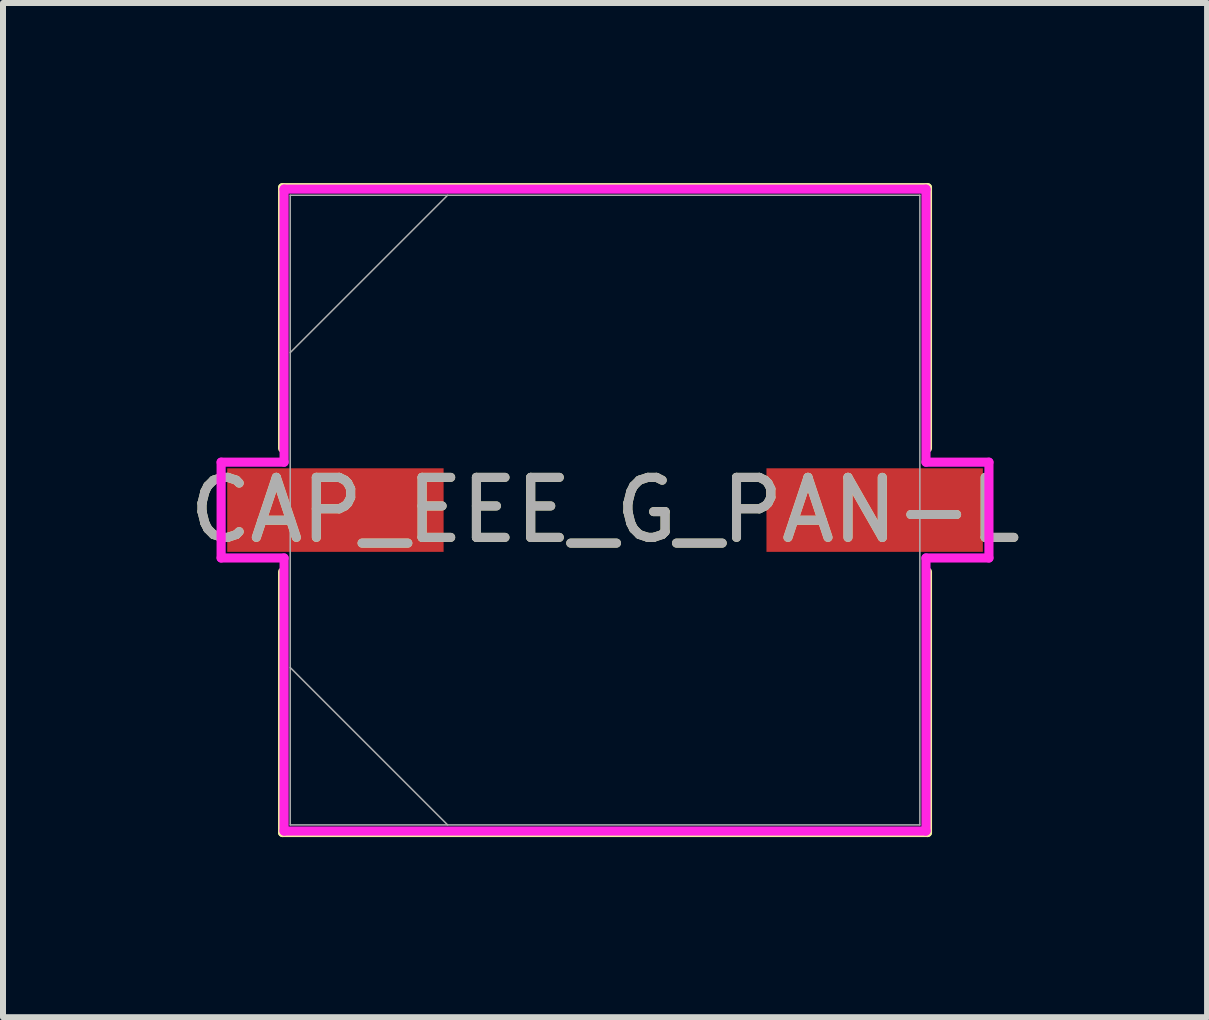
<source format=kicad_pcb>
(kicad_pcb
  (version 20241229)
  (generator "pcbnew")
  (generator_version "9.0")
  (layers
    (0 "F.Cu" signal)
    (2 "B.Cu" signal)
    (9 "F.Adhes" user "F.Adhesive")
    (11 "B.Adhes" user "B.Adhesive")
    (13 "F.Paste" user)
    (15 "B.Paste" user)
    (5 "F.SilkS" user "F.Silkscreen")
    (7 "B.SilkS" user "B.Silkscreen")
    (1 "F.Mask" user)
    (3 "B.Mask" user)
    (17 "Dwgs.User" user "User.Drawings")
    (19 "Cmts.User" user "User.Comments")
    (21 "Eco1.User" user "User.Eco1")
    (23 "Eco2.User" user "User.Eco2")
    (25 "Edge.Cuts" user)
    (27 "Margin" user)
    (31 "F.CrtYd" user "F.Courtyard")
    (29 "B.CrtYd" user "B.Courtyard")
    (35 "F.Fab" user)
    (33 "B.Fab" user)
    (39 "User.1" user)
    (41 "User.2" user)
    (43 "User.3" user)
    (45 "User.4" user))
  (footprint "CAP_EEE_G_PAN-L"
    (layer "F.Cu")
    (at 7.03 5.448)
    (property "Reference" "CAP_EEE_G_PAN-L" (at 0 0 0) (unlocked yes) (layer "F.SilkS") (effects (font (size 1 1) (thickness 0.15))))
    (attr smd)
    (fp_line (start -5.372 -5.372) (end -5.372 -1.029) (stroke (width 0.152) (type solid)) (layer "F.SilkS"))
    (fp_line (start -5.372 1.029) (end -5.372 5.372) (stroke (width 0.152) (type solid)) (layer "F.SilkS"))
    (fp_line (start -5.372 5.372) (end 5.372 5.372) (stroke (width 0.152) (type solid)) (layer "F.SilkS"))
    (fp_line (start 5.372 -5.372) (end -5.372 -5.372) (stroke (width 0.152) (type solid)) (layer "F.SilkS"))
    (fp_line (start 5.372 -1.029) (end 5.372 -5.372) (stroke (width 0.152) (type solid)) (layer "F.SilkS"))
    (fp_line (start 5.372 5.372) (end 5.372 1.029) (stroke (width 0.152) (type solid)) (layer "F.SilkS"))
    (fp_line (start -6.396 -0.798) (end -5.347 -0.798) (stroke (width 0.152) (type solid)) (layer "F.CrtYd"))
    (fp_line (start -6.396 0.798) (end -6.396 -0.798) (stroke (width 0.152) (type solid)) (layer "F.CrtYd"))
    (fp_line (start -5.347 -5.347) (end 5.347 -5.347) (stroke (width 0.152) (type solid)) (layer "F.CrtYd"))
    (fp_line (start -5.347 -0.798) (end -5.347 -5.347) (stroke (width 0.152) (type solid)) (layer "F.CrtYd"))
    (fp_line (start -5.347 0.798) (end -6.396 0.798) (stroke (width 0.152) (type solid)) (layer "F.CrtYd"))
    (fp_line (start -5.347 5.347) (end -5.347 0.798) (stroke (width 0.152) (type solid)) (layer "F.CrtYd"))
    (fp_line (start 5.347 -5.347) (end 5.347 -0.798) (stroke (width 0.152) (type solid)) (layer "F.CrtYd"))
    (fp_line (start 5.347 -0.798) (end 6.396 -0.798) (stroke (width 0.152) (type solid)) (layer "F.CrtYd"))
    (fp_line (start 5.347 0.798) (end 5.347 5.347) (stroke (width 0.152) (type solid)) (layer "F.CrtYd"))
    (fp_line (start 5.347 5.347) (end -5.347 5.347) (stroke (width 0.152) (type solid)) (layer "F.CrtYd"))
    (fp_line (start 6.396 -0.798) (end 6.396 0.798) (stroke (width 0.152) (type solid)) (layer "F.CrtYd"))
    (fp_line (start 6.396 0.798) (end 5.347 0.798) (stroke (width 0.152) (type solid)) (layer "F.CrtYd"))
    (fp_line (start -5.245 -5.245) (end -5.245 5.245) (stroke (width 0.025) (type solid)) (layer "F.Fab"))
    (fp_line (start -5.245 -2.623) (end -2.623 -5.245) (stroke (width 0.025) (type solid)) (layer "F.Fab"))
    (fp_line (start -5.245 2.623) (end -2.623 5.245) (stroke (width 0.025) (type solid)) (layer "F.Fab"))
    (fp_line (start -5.245 5.245) (end 5.245 5.245) (stroke (width 0.025) (type solid)) (layer "F.Fab"))
    (fp_line (start 5.245 -5.245) (end -5.245 -5.245) (stroke (width 0.025) (type solid)) (layer "F.Fab"))
    (fp_line (start 5.245 5.245) (end 5.245 -5.245) (stroke (width 0.025) (type solid)) (layer "F.Fab"))
    (fp_text user "${REFERENCE}" (at 0 0 0) (unlocked yes) (layer "F.Fab") (effects (font (size 1 1) (thickness 0.15))))
    (pad "1" smd rect (at -4.492 0) (size 3.605 1.392) (layers "F.Cu" "F.Mask" "F.Paste"))
    (pad "2" smd rect (at 4.492 0) (size 3.605 1.392) (layers "F.Cu" "F.Mask" "F.Paste"))
    (zone (net_name "") (layer "F.Cu") (hatch full 0.508) (connect_pads) (min_thickness 0.254) (filled_areas_thickness no) (keepout (tracks not_allowed) (vias not_allowed) (pads allowed) (copperpour not_allowed) (footprints allowed)) (placement (enabled no)) (fill) (polygon (pts (xy 1.835 0.254) (xy 12.224 0.254) (xy 12.224 4.701) (xy 1.835 4.701))))
    (zone (net_name "") (layer "F.Cu") (hatch full 0.508) (connect_pads) (min_thickness 0.254) (filled_areas_thickness no) (keepout (tracks not_allowed) (vias not_allowed) (pads allowed) (copperpour not_allowed) (footprints allowed)) (placement (enabled no)) (fill) (polygon (pts (xy 1.835 6.195) (xy 12.224 6.195) (xy 12.224 10.643) (xy 1.835 10.643))))
    (zone (net_name "") (layer "F.Cu") (hatch full 0.508) (connect_pads) (min_thickness 0.254) (filled_areas_thickness no) (keepout (tracks not_allowed) (vias not_allowed) (pads allowed) (copperpour not_allowed) (footprints allowed)) (placement (enabled no)) (fill) (polygon (pts (xy 4.391 4.701) (xy 9.668 4.701) (xy 9.668 6.195) (xy 4.391 6.195)))))
  (gr_rect
    (start -3 -3)
    (end 17.06 13.897)
    (stroke (width 0.1) (type default))
    (fill no)
    (layer "Edge.Cuts")))
</source>
